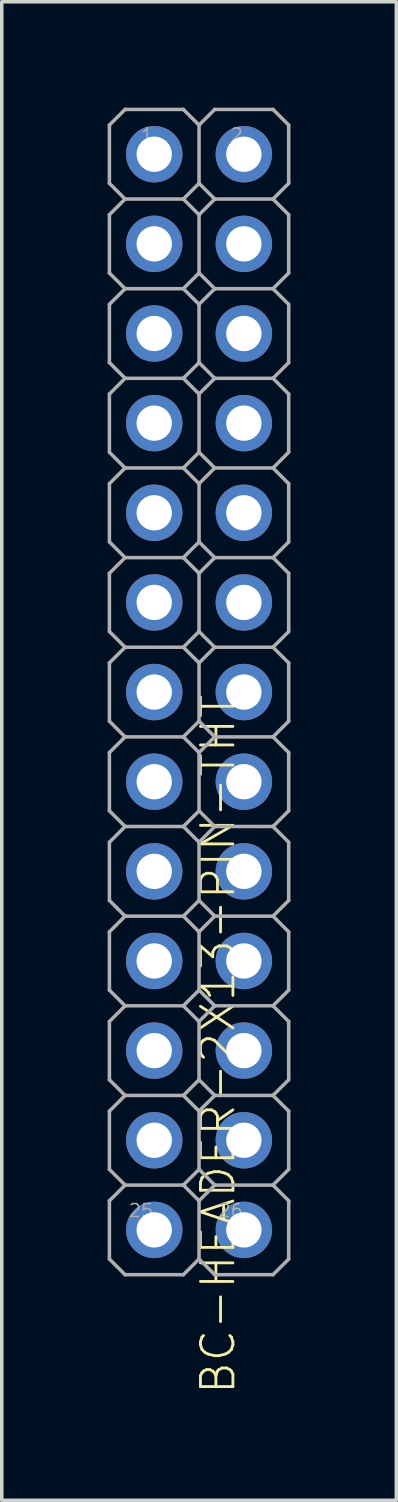
<source format=kicad_pcb>
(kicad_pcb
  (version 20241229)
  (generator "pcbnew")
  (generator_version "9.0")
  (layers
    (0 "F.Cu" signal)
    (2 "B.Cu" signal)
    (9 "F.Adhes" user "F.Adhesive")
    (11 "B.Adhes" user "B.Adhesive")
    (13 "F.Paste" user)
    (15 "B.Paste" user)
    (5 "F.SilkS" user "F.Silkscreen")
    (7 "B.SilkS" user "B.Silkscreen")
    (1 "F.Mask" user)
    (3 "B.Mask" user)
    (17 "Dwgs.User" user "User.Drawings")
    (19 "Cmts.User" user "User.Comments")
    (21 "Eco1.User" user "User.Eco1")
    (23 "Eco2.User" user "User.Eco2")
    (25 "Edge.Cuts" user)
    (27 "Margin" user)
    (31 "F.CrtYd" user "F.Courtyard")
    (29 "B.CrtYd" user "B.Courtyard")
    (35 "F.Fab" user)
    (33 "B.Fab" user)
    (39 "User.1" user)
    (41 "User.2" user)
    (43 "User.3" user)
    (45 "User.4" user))
  (footprint "BC-HEADER-2X13-PIN-THT"
    (layer "F.Cu")
    (at 2.59 16.56)
    (property "Reference" "BC-HEADER-2X13-PIN-THT" (at 0 0 90) (unlocked yes) (layer "F.SilkS") (effects (font (size 0.92 0.92) (thickness 0.08)) (justify right top)))
    (fp_line (start -2.54 -16.066) (end -2.54 -14.415) (stroke (width 0.1) (type solid)) (layer "F.Fab"))
    (fp_line (start -2.54 -14.415) (end -2.095 -13.97) (stroke (width 0.1) (type solid)) (layer "F.Fab"))
    (fp_line (start -2.54 -13.525) (end -2.54 -11.874) (stroke (width 0.1) (type solid)) (layer "F.Fab"))
    (fp_line (start -2.54 -11.874) (end -2.095 -11.43) (stroke (width 0.1) (type solid)) (layer "F.Fab"))
    (fp_line (start -2.54 -10.986) (end -2.54 -9.335) (stroke (width 0.1) (type solid)) (layer "F.Fab"))
    (fp_line (start -2.54 -9.335) (end -2.095 -8.89) (stroke (width 0.1) (type solid)) (layer "F.Fab"))
    (fp_line (start -2.54 -8.445) (end -2.54 -6.795) (stroke (width 0.1) (type solid)) (layer "F.Fab"))
    (fp_line (start -2.54 -6.795) (end -2.095 -6.35) (stroke (width 0.1) (type solid)) (layer "F.Fab"))
    (fp_line (start -2.54 -5.905) (end -2.54 -4.255) (stroke (width 0.1) (type solid)) (layer "F.Fab"))
    (fp_line (start -2.54 -4.255) (end -2.095 -3.81) (stroke (width 0.1) (type solid)) (layer "F.Fab"))
    (fp_line (start -2.54 -3.365) (end -2.54 -1.714) (stroke (width 0.1) (type solid)) (layer "F.Fab"))
    (fp_line (start -2.54 -1.714) (end -2.095 -1.27) (stroke (width 0.1) (type solid)) (layer "F.Fab"))
    (fp_line (start -2.54 -0.826) (end -2.54 0.826) (stroke (width 0.1) (type solid)) (layer "F.Fab"))
    (fp_line (start -2.54 0.826) (end -2.095 1.27) (stroke (width 0.1) (type solid)) (layer "F.Fab"))
    (fp_line (start -2.54 1.714) (end -2.54 3.365) (stroke (width 0.1) (type solid)) (layer "F.Fab"))
    (fp_line (start -2.54 3.365) (end -2.095 3.81) (stroke (width 0.1) (type solid)) (layer "F.Fab"))
    (fp_line (start -2.54 4.255) (end -2.54 5.905) (stroke (width 0.1) (type solid)) (layer "F.Fab"))
    (fp_line (start -2.54 5.905) (end -2.095 6.35) (stroke (width 0.1) (type solid)) (layer "F.Fab"))
    (fp_line (start -2.54 6.795) (end -2.54 8.445) (stroke (width 0.1) (type solid)) (layer "F.Fab"))
    (fp_line (start -2.54 8.445) (end -2.095 8.89) (stroke (width 0.1) (type solid)) (layer "F.Fab"))
    (fp_line (start -2.54 9.335) (end -2.54 10.986) (stroke (width 0.1) (type solid)) (layer "F.Fab"))
    (fp_line (start -2.54 10.986) (end -2.095 11.43) (stroke (width 0.1) (type solid)) (layer "F.Fab"))
    (fp_line (start -2.54 11.874) (end -2.54 13.525) (stroke (width 0.1) (type solid)) (layer "F.Fab"))
    (fp_line (start -2.54 13.525) (end -2.095 13.97) (stroke (width 0.1) (type solid)) (layer "F.Fab"))
    (fp_line (start -2.54 14.415) (end -2.54 16.066) (stroke (width 0.1) (type solid)) (layer "F.Fab"))
    (fp_line (start -2.54 16.066) (end -2.095 16.51) (stroke (width 0.1) (type solid)) (layer "F.Fab"))
    (fp_line (start -2.095 -16.51) (end -2.54 -16.066) (stroke (width 0.1) (type solid)) (layer "F.Fab"))
    (fp_line (start -2.095 -16.51) (end -0.445 -16.51) (stroke (width 0.1) (type solid)) (layer "F.Fab"))
    (fp_line (start -2.095 -13.97) (end -2.54 -13.525) (stroke (width 0.1) (type solid)) (layer "F.Fab"))
    (fp_line (start -2.095 -13.97) (end -0.445 -13.97) (stroke (width 0.1) (type solid)) (layer "F.Fab"))
    (fp_line (start -2.095 -11.43) (end -2.54 -10.986) (stroke (width 0.1) (type solid)) (layer "F.Fab"))
    (fp_line (start -2.095 -11.43) (end -0.445 -11.43) (stroke (width 0.1) (type solid)) (layer "F.Fab"))
    (fp_line (start -2.095 -8.89) (end -2.54 -8.445) (stroke (width 0.1) (type solid)) (layer "F.Fab"))
    (fp_line (start -2.095 -8.89) (end -0.445 -8.89) (stroke (width 0.1) (type solid)) (layer "F.Fab"))
    (fp_line (start -2.095 -6.35) (end -2.54 -5.905) (stroke (width 0.1) (type solid)) (layer "F.Fab"))
    (fp_line (start -2.095 -6.35) (end -0.445 -6.35) (stroke (width 0.1) (type solid)) (layer "F.Fab"))
    (fp_line (start -2.095 -3.81) (end -2.54 -3.365) (stroke (width 0.1) (type solid)) (layer "F.Fab"))
    (fp_line (start -2.095 -3.81) (end -0.445 -3.81) (stroke (width 0.1) (type solid)) (layer "F.Fab"))
    (fp_line (start -2.095 -1.27) (end -2.54 -0.826) (stroke (width 0.1) (type solid)) (layer "F.Fab"))
    (fp_line (start -2.095 -1.27) (end -0.445 -1.27) (stroke (width 0.1) (type solid)) (layer "F.Fab"))
    (fp_line (start -2.095 1.27) (end -2.54 1.714) (stroke (width 0.1) (type solid)) (layer "F.Fab"))
    (fp_line (start -2.095 1.27) (end -0.445 1.27) (stroke (width 0.1) (type solid)) (layer "F.Fab"))
    (fp_line (start -2.095 3.81) (end -2.54 4.255) (stroke (width 0.1) (type solid)) (layer "F.Fab"))
    (fp_line (start -2.095 3.81) (end -0.445 3.81) (stroke (width 0.1) (type solid)) (layer "F.Fab"))
    (fp_line (start -2.095 6.35) (end -2.54 6.795) (stroke (width 0.1) (type solid)) (layer "F.Fab"))
    (fp_line (start -2.095 6.35) (end -0.445 6.35) (stroke (width 0.1) (type solid)) (layer "F.Fab"))
    (fp_line (start -2.095 8.89) (end -2.54 9.335) (stroke (width 0.1) (type solid)) (layer "F.Fab"))
    (fp_line (start -2.095 8.89) (end -0.445 8.89) (stroke (width 0.1) (type solid)) (layer "F.Fab"))
    (fp_line (start -2.095 11.43) (end -2.54 11.874) (stroke (width 0.1) (type solid)) (layer "F.Fab"))
    (fp_line (start -2.095 11.43) (end -0.445 11.43) (stroke (width 0.1) (type solid)) (layer "F.Fab"))
    (fp_line (start -2.095 13.97) (end -2.54 14.415) (stroke (width 0.1) (type solid)) (layer "F.Fab"))
    (fp_line (start -2.095 13.97) (end -0.445 13.97) (stroke (width 0.1) (type solid)) (layer "F.Fab"))
    (fp_line (start -2.095 16.51) (end -0.445 16.51) (stroke (width 0.1) (type solid)) (layer "F.Fab"))
    (fp_line (start -1.58 -15.55) (end -1.58 -14.93) (stroke (width 0.1) (type solid)) (layer "F.Fab"))
    (fp_line (start -1.58 -14.93) (end -0.96 -14.93) (stroke (width 0.1) (type solid)) (layer "F.Fab"))
    (fp_line (start -1.58 -13.01) (end -1.58 -12.39) (stroke (width 0.1) (type solid)) (layer "F.Fab"))
    (fp_line (start -1.58 -12.39) (end -0.96 -12.39) (stroke (width 0.1) (type solid)) (layer "F.Fab"))
    (fp_line (start -1.58 -10.47) (end -1.58 -9.85) (stroke (width 0.1) (type solid)) (layer "F.Fab"))
    (fp_line (start -1.58 -9.85) (end -0.96 -9.85) (stroke (width 0.1) (type solid)) (layer "F.Fab"))
    (fp_line (start -1.58 -7.93) (end -1.58 -7.31) (stroke (width 0.1) (type solid)) (layer "F.Fab"))
    (fp_line (start -1.58 -7.31) (end -0.96 -7.31) (stroke (width 0.1) (type solid)) (layer "F.Fab"))
    (fp_line (start -1.58 -5.39) (end -1.58 -4.77) (stroke (width 0.1) (type solid)) (layer "F.Fab"))
    (fp_line (start -1.58 -4.77) (end -0.96 -4.77) (stroke (width 0.1) (type solid)) (layer "F.Fab"))
    (fp_line (start -1.58 -2.85) (end -1.58 -2.23) (stroke (width 0.1) (type solid)) (layer "F.Fab"))
    (fp_line (start -1.58 -2.23) (end -0.96 -2.23) (stroke (width 0.1) (type solid)) (layer "F.Fab"))
    (fp_line (start -1.58 -0.31) (end -1.58 0.31) (stroke (width 0.1) (type solid)) (layer "F.Fab"))
    (fp_line (start -1.58 0.31) (end -0.96 0.31) (stroke (width 0.1) (type solid)) (layer "F.Fab"))
    (fp_line (start -1.58 2.23) (end -1.58 2.85) (stroke (width 0.1) (type solid)) (layer "F.Fab"))
    (fp_line (start -1.58 2.85) (end -0.96 2.85) (stroke (width 0.1) (type solid)) (layer "F.Fab"))
    (fp_line (start -1.58 4.77) (end -1.58 5.39) (stroke (width 0.1) (type solid)) (layer "F.Fab"))
    (fp_line (start -1.58 5.39) (end -0.96 5.39) (stroke (width 0.1) (type solid)) (layer "F.Fab"))
    (fp_line (start -1.58 7.31) (end -1.58 7.93) (stroke (width 0.1) (type solid)) (layer "F.Fab"))
    (fp_line (start -1.58 7.93) (end -0.96 7.93) (stroke (width 0.1) (type solid)) (layer "F.Fab"))
    (fp_line (start -1.58 9.85) (end -1.58 10.47) (stroke (width 0.1) (type solid)) (layer "F.Fab"))
    (fp_line (start -1.58 10.47) (end -0.96 10.47) (stroke (width 0.1) (type solid)) (layer "F.Fab"))
    (fp_line (start -1.58 12.39) (end -1.58 13.01) (stroke (width 0.1) (type solid)) (layer "F.Fab"))
    (fp_line (start -1.58 13.01) (end -0.96 13.01) (stroke (width 0.1) (type solid)) (layer "F.Fab"))
    (fp_line (start -1.58 14.93) (end -1.58 15.55) (stroke (width 0.1) (type solid)) (layer "F.Fab"))
    (fp_line (start -1.58 15.55) (end -0.96 15.55) (stroke (width 0.1) (type solid)) (layer "F.Fab"))
    (fp_line (start -0.96 -15.55) (end -1.58 -15.55) (stroke (width 0.1) (type solid)) (layer "F.Fab"))
    (fp_line (start -0.96 -14.93) (end -0.96 -15.55) (stroke (width 0.1) (type solid)) (layer "F.Fab"))
    (fp_line (start -0.96 -13.01) (end -1.58 -13.01) (stroke (width 0.1) (type solid)) (layer "F.Fab"))
    (fp_line (start -0.96 -12.39) (end -0.96 -13.01) (stroke (width 0.1) (type solid)) (layer "F.Fab"))
    (fp_line (start -0.96 -10.47) (end -1.58 -10.47) (stroke (width 0.1) (type solid)) (layer "F.Fab"))
    (fp_line (start -0.96 -9.85) (end -0.96 -10.47) (stroke (width 0.1) (type solid)) (layer "F.Fab"))
    (fp_line (start -0.96 -7.93) (end -1.58 -7.93) (stroke (width 0.1) (type solid)) (layer "F.Fab"))
    (fp_line (start -0.96 -7.31) (end -0.96 -7.93) (stroke (width 0.1) (type solid)) (layer "F.Fab"))
    (fp_line (start -0.96 -5.39) (end -1.58 -5.39) (stroke (width 0.1) (type solid)) (layer "F.Fab"))
    (fp_line (start -0.96 -4.77) (end -0.96 -5.39) (stroke (width 0.1) (type solid)) (layer "F.Fab"))
    (fp_line (start -0.96 -2.85) (end -1.58 -2.85) (stroke (width 0.1) (type solid)) (layer "F.Fab"))
    (fp_line (start -0.96 -2.23) (end -0.96 -2.85) (stroke (width 0.1) (type solid)) (layer "F.Fab"))
    (fp_line (start -0.96 -0.31) (end -1.58 -0.31) (stroke (width 0.1) (type solid)) (layer "F.Fab"))
    (fp_line (start -0.96 0.31) (end -0.96 -0.31) (stroke (width 0.1) (type solid)) (layer "F.Fab"))
    (fp_line (start -0.96 2.23) (end -1.58 2.23) (stroke (width 0.1) (type solid)) (layer "F.Fab"))
    (fp_line (start -0.96 2.85) (end -0.96 2.23) (stroke (width 0.1) (type solid)) (layer "F.Fab"))
    (fp_line (start -0.96 4.77) (end -1.58 4.77) (stroke (width 0.1) (type solid)) (layer "F.Fab"))
    (fp_line (start -0.96 5.39) (end -0.96 4.77) (stroke (width 0.1) (type solid)) (layer "F.Fab"))
    (fp_line (start -0.96 7.31) (end -1.58 7.31) (stroke (width 0.1) (type solid)) (layer "F.Fab"))
    (fp_line (start -0.96 7.93) (end -0.96 7.31) (stroke (width 0.1) (type solid)) (layer "F.Fab"))
    (fp_line (start -0.96 9.85) (end -1.58 9.85) (stroke (width 0.1) (type solid)) (layer "F.Fab"))
    (fp_line (start -0.96 10.47) (end -0.96 9.85) (stroke (width 0.1) (type solid)) (layer "F.Fab"))
    (fp_line (start -0.96 12.39) (end -1.58 12.39) (stroke (width 0.1) (type solid)) (layer "F.Fab"))
    (fp_line (start -0.96 13.01) (end -0.96 12.39) (stroke (width 0.1) (type solid)) (layer "F.Fab"))
    (fp_line (start -0.96 14.93) (end -1.58 14.93) (stroke (width 0.1) (type solid)) (layer "F.Fab"))
    (fp_line (start -0.96 15.55) (end -0.96 14.93) (stroke (width 0.1) (type solid)) (layer "F.Fab"))
    (fp_line (start -0.445 -13.97) (end 0 -14.415) (stroke (width 0.1) (type solid)) (layer "F.Fab"))
    (fp_line (start -0.445 -11.43) (end 0 -11.874) (stroke (width 0.1) (type solid)) (layer "F.Fab"))
    (fp_line (start -0.445 -8.89) (end 0 -9.335) (stroke (width 0.1) (type solid)) (layer "F.Fab"))
    (fp_line (start -0.445 -6.35) (end 0 -6.795) (stroke (width 0.1) (type solid)) (layer "F.Fab"))
    (fp_line (start -0.445 -3.81) (end 0 -4.255) (stroke (width 0.1) (type solid)) (layer "F.Fab"))
    (fp_line (start -0.445 -1.27) (end 0 -1.714) (stroke (width 0.1) (type solid)) (layer "F.Fab"))
    (fp_line (start -0.445 1.27) (end 0 0.826) (stroke (width 0.1) (type solid)) (layer "F.Fab"))
    (fp_line (start -0.445 3.81) (end 0 3.365) (stroke (width 0.1) (type solid)) (layer "F.Fab"))
    (fp_line (start -0.445 6.35) (end 0 5.905) (stroke (width 0.1) (type solid)) (layer "F.Fab"))
    (fp_line (start -0.445 8.89) (end 0 8.445) (stroke (width 0.1) (type solid)) (layer "F.Fab"))
    (fp_line (start -0.445 11.43) (end 0 10.986) (stroke (width 0.1) (type solid)) (layer "F.Fab"))
    (fp_line (start -0.445 13.97) (end 0 13.525) (stroke (width 0.1) (type solid)) (layer "F.Fab"))
    (fp_line (start -0.445 16.51) (end 0 16.066) (stroke (width 0.1) (type solid)) (layer "F.Fab"))
    (fp_line (start 0 -16.066) (end -0.445 -16.51) (stroke (width 0.1) (type solid)) (layer "F.Fab"))
    (fp_line (start 0 -16.066) (end 0 -14.415) (stroke (width 0.1) (type solid)) (layer "F.Fab"))
    (fp_line (start 0 -14.415) (end 0.445 -13.97) (stroke (width 0.1) (type solid)) (layer "F.Fab"))
    (fp_line (start 0 -13.525) (end -0.445 -13.97) (stroke (width 0.1) (type solid)) (layer "F.Fab"))
    (fp_line (start 0 -13.525) (end 0 -11.874) (stroke (width 0.1) (type solid)) (layer "F.Fab"))
    (fp_line (start 0 -11.874) (end 0.445 -11.43) (stroke (width 0.1) (type solid)) (layer "F.Fab"))
    (fp_line (start 0 -10.986) (end -0.445 -11.43) (stroke (width 0.1) (type solid)) (layer "F.Fab"))
    (fp_line (start 0 -10.986) (end 0 -9.335) (stroke (width 0.1) (type solid)) (layer "F.Fab"))
    (fp_line (start 0 -9.335) (end 0.445 -8.89) (stroke (width 0.1) (type solid)) (layer "F.Fab"))
    (fp_line (start 0 -8.445) (end -0.445 -8.89) (stroke (width 0.1) (type solid)) (layer "F.Fab"))
    (fp_line (start 0 -8.445) (end 0 -6.795) (stroke (width 0.1) (type solid)) (layer "F.Fab"))
    (fp_line (start 0 -6.795) (end 0.445 -6.35) (stroke (width 0.1) (type solid)) (layer "F.Fab"))
    (fp_line (start 0 -5.905) (end -0.445 -6.35) (stroke (width 0.1) (type solid)) (layer "F.Fab"))
    (fp_line (start 0 -5.905) (end 0 -4.255) (stroke (width 0.1) (type solid)) (layer "F.Fab"))
    (fp_line (start 0 -4.255) (end 0.445 -3.81) (stroke (width 0.1) (type solid)) (layer "F.Fab"))
    (fp_line (start 0 -3.365) (end -0.445 -3.81) (stroke (width 0.1) (type solid)) (layer "F.Fab"))
    (fp_line (start 0 -3.365) (end 0 -1.714) (stroke (width 0.1) (type solid)) (layer "F.Fab"))
    (fp_line (start 0 -1.714) (end 0.445 -1.27) (stroke (width 0.1) (type solid)) (layer "F.Fab"))
    (fp_line (start 0 -0.826) (end -0.445 -1.27) (stroke (width 0.1) (type solid)) (layer "F.Fab"))
    (fp_line (start 0 -0.826) (end 0 0.826) (stroke (width 0.1) (type solid)) (layer "F.Fab"))
    (fp_line (start 0 0.826) (end 0.445 1.27) (stroke (width 0.1) (type solid)) (layer "F.Fab"))
    (fp_line (start 0 1.714) (end -0.445 1.27) (stroke (width 0.1) (type solid)) (layer "F.Fab"))
    (fp_line (start 0 1.714) (end 0 3.365) (stroke (width 0.1) (type solid)) (layer "F.Fab"))
    (fp_line (start 0 3.365) (end 0.445 3.81) (stroke (width 0.1) (type solid)) (layer "F.Fab"))
    (fp_line (start 0 4.255) (end -0.445 3.81) (stroke (width 0.1) (type solid)) (layer "F.Fab"))
    (fp_line (start 0 4.255) (end 0 5.905) (stroke (width 0.1) (type solid)) (layer "F.Fab"))
    (fp_line (start 0 5.905) (end 0.445 6.35) (stroke (width 0.1) (type solid)) (layer "F.Fab"))
    (fp_line (start 0 6.795) (end -0.445 6.35) (stroke (width 0.1) (type solid)) (layer "F.Fab"))
    (fp_line (start 0 6.795) (end 0 8.445) (stroke (width 0.1) (type solid)) (layer "F.Fab"))
    (fp_line (start 0 8.445) (end 0.445 8.89) (stroke (width 0.1) (type solid)) (layer "F.Fab"))
    (fp_line (start 0 9.335) (end -0.445 8.89) (stroke (width 0.1) (type solid)) (layer "F.Fab"))
    (fp_line (start 0 9.335) (end 0 10.986) (stroke (width 0.1) (type solid)) (layer "F.Fab"))
    (fp_line (start 0 10.986) (end 0.445 11.43) (stroke (width 0.1) (type solid)) (layer "F.Fab"))
    (fp_line (start 0 11.874) (end -0.445 11.43) (stroke (width 0.1) (type solid)) (layer "F.Fab"))
    (fp_line (start 0 11.874) (end 0 13.525) (stroke (width 0.1) (type solid)) (layer "F.Fab"))
    (fp_line (start 0 13.525) (end 0.445 13.97) (stroke (width 0.1) (type solid)) (layer "F.Fab"))
    (fp_line (start 0 14.415) (end -0.445 13.97) (stroke (width 0.1) (type solid)) (layer "F.Fab"))
    (fp_line (start 0 14.415) (end 0 16.066) (stroke (width 0.1) (type solid)) (layer "F.Fab"))
    (fp_line (start 0 16.066) (end 0.445 16.51) (stroke (width 0.1) (type solid)) (layer "F.Fab"))
    (fp_line (start 0.445 -16.51) (end 0 -16.066) (stroke (width 0.1) (type solid)) (layer "F.Fab"))
    (fp_line (start 0.445 -16.51) (end 2.095 -16.51) (stroke (width 0.1) (type solid)) (layer "F.Fab"))
    (fp_line (start 0.445 -13.97) (end 0 -13.525) (stroke (width 0.1) (type solid)) (layer "F.Fab"))
    (fp_line (start 0.445 -13.97) (end 2.095 -13.97) (stroke (width 0.1) (type solid)) (layer "F.Fab"))
    (fp_line (start 0.445 -11.43) (end 0 -10.986) (stroke (width 0.1) (type solid)) (layer "F.Fab"))
    (fp_line (start 0.445 -11.43) (end 2.095 -11.43) (stroke (width 0.1) (type solid)) (layer "F.Fab"))
    (fp_line (start 0.445 -8.89) (end 0 -8.445) (stroke (width 0.1) (type solid)) (layer "F.Fab"))
    (fp_line (start 0.445 -8.89) (end 2.095 -8.89) (stroke (width 0.1) (type solid)) (layer "F.Fab"))
    (fp_line (start 0.445 -6.35) (end 0 -5.905) (stroke (width 0.1) (type solid)) (layer "F.Fab"))
    (fp_line (start 0.445 -6.35) (end 2.095 -6.35) (stroke (width 0.1) (type solid)) (layer "F.Fab"))
    (fp_line (start 0.445 -3.81) (end 0 -3.365) (stroke (width 0.1) (type solid)) (layer "F.Fab"))
    (fp_line (start 0.445 -3.81) (end 2.095 -3.81) (stroke (width 0.1) (type solid)) (layer "F.Fab"))
    (fp_line (start 0.445 -1.27) (end 0 -0.826) (stroke (width 0.1) (type solid)) (layer "F.Fab"))
    (fp_line (start 0.445 -1.27) (end 2.095 -1.27) (stroke (width 0.1) (type solid)) (layer "F.Fab"))
    (fp_line (start 0.445 1.27) (end 0 1.714) (stroke (width 0.1) (type solid)) (layer "F.Fab"))
    (fp_line (start 0.445 1.27) (end 2.095 1.27) (stroke (width 0.1) (type solid)) (layer "F.Fab"))
    (fp_line (start 0.445 3.81) (end 0 4.255) (stroke (width 0.1) (type solid)) (layer "F.Fab"))
    (fp_line (start 0.445 3.81) (end 2.095 3.81) (stroke (width 0.1) (type solid)) (layer "F.Fab"))
    (fp_line (start 0.445 6.35) (end 0 6.795) (stroke (width 0.1) (type solid)) (layer "F.Fab"))
    (fp_line (start 0.445 6.35) (end 2.095 6.35) (stroke (width 0.1) (type solid)) (layer "F.Fab"))
    (fp_line (start 0.445 8.89) (end 0 9.335) (stroke (width 0.1) (type solid)) (layer "F.Fab"))
    (fp_line (start 0.445 8.89) (end 2.095 8.89) (stroke (width 0.1) (type solid)) (layer "F.Fab"))
    (fp_line (start 0.445 11.43) (end 0 11.874) (stroke (width 0.1) (type solid)) (layer "F.Fab"))
    (fp_line (start 0.445 11.43) (end 2.095 11.43) (stroke (width 0.1) (type solid)) (layer "F.Fab"))
    (fp_line (start 0.445 13.97) (end 0 14.415) (stroke (width 0.1) (type solid)) (layer "F.Fab"))
    (fp_line (start 0.445 13.97) (end 2.095 13.97) (stroke (width 0.1) (type solid)) (layer "F.Fab"))
    (fp_line (start 0.445 16.51) (end 2.095 16.51) (stroke (width 0.1) (type solid)) (layer "F.Fab"))
    (fp_line (start 0.96 -15.55) (end 0.96 -14.93) (stroke (width 0.1) (type solid)) (layer "F.Fab"))
    (fp_line (start 0.96 -14.93) (end 1.58 -14.93) (stroke (width 0.1) (type solid)) (layer "F.Fab"))
    (fp_line (start 0.96 -13.01) (end 0.96 -12.39) (stroke (width 0.1) (type solid)) (layer "F.Fab"))
    (fp_line (start 0.96 -12.39) (end 1.58 -12.39) (stroke (width 0.1) (type solid)) (layer "F.Fab"))
    (fp_line (start 0.96 -10.47) (end 0.96 -9.85) (stroke (width 0.1) (type solid)) (layer "F.Fab"))
    (fp_line (start 0.96 -9.85) (end 1.58 -9.85) (stroke (width 0.1) (type solid)) (layer "F.Fab"))
    (fp_line (start 0.96 -7.93) (end 0.96 -7.31) (stroke (width 0.1) (type solid)) (layer "F.Fab"))
    (fp_line (start 0.96 -7.31) (end 1.58 -7.31) (stroke (width 0.1) (type solid)) (layer "F.Fab"))
    (fp_line (start 0.96 -5.39) (end 0.96 -4.77) (stroke (width 0.1) (type solid)) (layer "F.Fab"))
    (fp_line (start 0.96 -4.77) (end 1.58 -4.77) (stroke (width 0.1) (type solid)) (layer "F.Fab"))
    (fp_line (start 0.96 -2.85) (end 0.96 -2.23) (stroke (width 0.1) (type solid)) (layer "F.Fab"))
    (fp_line (start 0.96 -2.23) (end 1.58 -2.23) (stroke (width 0.1) (type solid)) (layer "F.Fab"))
    (fp_line (start 0.96 -0.31) (end 0.96 0.31) (stroke (width 0.1) (type solid)) (layer "F.Fab"))
    (fp_line (start 0.96 0.31) (end 1.58 0.31) (stroke (width 0.1) (type solid)) (layer "F.Fab"))
    (fp_line (start 0.96 2.23) (end 0.96 2.85) (stroke (width 0.1) (type solid)) (layer "F.Fab"))
    (fp_line (start 0.96 2.85) (end 1.58 2.85) (stroke (width 0.1) (type solid)) (layer "F.Fab"))
    (fp_line (start 0.96 4.77) (end 0.96 5.39) (stroke (width 0.1) (type solid)) (layer "F.Fab"))
    (fp_line (start 0.96 5.39) (end 1.58 5.39) (stroke (width 0.1) (type solid)) (layer "F.Fab"))
    (fp_line (start 0.96 7.31) (end 0.96 7.93) (stroke (width 0.1) (type solid)) (layer "F.Fab"))
    (fp_line (start 0.96 7.93) (end 1.58 7.93) (stroke (width 0.1) (type solid)) (layer "F.Fab"))
    (fp_line (start 0.96 9.85) (end 0.96 10.47) (stroke (width 0.1) (type solid)) (layer "F.Fab"))
    (fp_line (start 0.96 10.47) (end 1.58 10.47) (stroke (width 0.1) (type solid)) (layer "F.Fab"))
    (fp_line (start 0.96 12.39) (end 0.96 13.01) (stroke (width 0.1) (type solid)) (layer "F.Fab"))
    (fp_line (start 0.96 13.01) (end 1.58 13.01) (stroke (width 0.1) (type solid)) (layer "F.Fab"))
    (fp_line (start 0.96 14.93) (end 0.96 15.55) (stroke (width 0.1) (type solid)) (layer "F.Fab"))
    (fp_line (start 0.96 15.55) (end 1.58 15.55) (stroke (width 0.1) (type solid)) (layer "F.Fab"))
    (fp_line (start 1.58 -15.55) (end 0.96 -15.55) (stroke (width 0.1) (type solid)) (layer "F.Fab"))
    (fp_line (start 1.58 -14.93) (end 1.58 -15.55) (stroke (width 0.1) (type solid)) (layer "F.Fab"))
    (fp_line (start 1.58 -13.01) (end 0.96 -13.01) (stroke (width 0.1) (type solid)) (layer "F.Fab"))
    (fp_line (start 1.58 -12.39) (end 1.58 -13.01) (stroke (width 0.1) (type solid)) (layer "F.Fab"))
    (fp_line (start 1.58 -10.47) (end 0.96 -10.47) (stroke (width 0.1) (type solid)) (layer "F.Fab"))
    (fp_line (start 1.58 -9.85) (end 1.58 -10.47) (stroke (width 0.1) (type solid)) (layer "F.Fab"))
    (fp_line (start 1.58 -7.93) (end 0.96 -7.93) (stroke (width 0.1) (type solid)) (layer "F.Fab"))
    (fp_line (start 1.58 -7.31) (end 1.58 -7.93) (stroke (width 0.1) (type solid)) (layer "F.Fab"))
    (fp_line (start 1.58 -5.39) (end 0.96 -5.39) (stroke (width 0.1) (type solid)) (layer "F.Fab"))
    (fp_line (start 1.58 -4.77) (end 1.58 -5.39) (stroke (width 0.1) (type solid)) (layer "F.Fab"))
    (fp_line (start 1.58 -2.85) (end 0.96 -2.85) (stroke (width 0.1) (type solid)) (layer "F.Fab"))
    (fp_line (start 1.58 -2.23) (end 1.58 -2.85) (stroke (width 0.1) (type solid)) (layer "F.Fab"))
    (fp_line (start 1.58 -0.31) (end 0.96 -0.31) (stroke (width 0.1) (type solid)) (layer "F.Fab"))
    (fp_line (start 1.58 0.31) (end 1.58 -0.31) (stroke (width 0.1) (type solid)) (layer "F.Fab"))
    (fp_line (start 1.58 2.23) (end 0.96 2.23) (stroke (width 0.1) (type solid)) (layer "F.Fab"))
    (fp_line (start 1.58 2.85) (end 1.58 2.23) (stroke (width 0.1) (type solid)) (layer "F.Fab"))
    (fp_line (start 1.58 4.77) (end 0.96 4.77) (stroke (width 0.1) (type solid)) (layer "F.Fab"))
    (fp_line (start 1.58 5.39) (end 1.58 4.77) (stroke (width 0.1) (type solid)) (layer "F.Fab"))
    (fp_line (start 1.58 7.31) (end 0.96 7.31) (stroke (width 0.1) (type solid)) (layer "F.Fab"))
    (fp_line (start 1.58 7.93) (end 1.58 7.31) (stroke (width 0.1) (type solid)) (layer "F.Fab"))
    (fp_line (start 1.58 9.85) (end 0.96 9.85) (stroke (width 0.1) (type solid)) (layer "F.Fab"))
    (fp_line (start 1.58 10.47) (end 1.58 9.85) (stroke (width 0.1) (type solid)) (layer "F.Fab"))
    (fp_line (start 1.58 12.39) (end 0.96 12.39) (stroke (width 0.1) (type solid)) (layer "F.Fab"))
    (fp_line (start 1.58 13.01) (end 1.58 12.39) (stroke (width 0.1) (type solid)) (layer "F.Fab"))
    (fp_line (start 1.58 14.93) (end 0.96 14.93) (stroke (width 0.1) (type solid)) (layer "F.Fab"))
    (fp_line (start 1.58 15.55) (end 1.58 14.93) (stroke (width 0.1) (type solid)) (layer "F.Fab"))
    (fp_line (start 2.095 -13.97) (end 2.54 -14.415) (stroke (width 0.1) (type solid)) (layer "F.Fab"))
    (fp_line (start 2.095 -11.43) (end 2.54 -11.874) (stroke (width 0.1) (type solid)) (layer "F.Fab"))
    (fp_line (start 2.095 -8.89) (end 2.54 -9.335) (stroke (width 0.1) (type solid)) (layer "F.Fab"))
    (fp_line (start 2.095 -6.35) (end 2.54 -6.795) (stroke (width 0.1) (type solid)) (layer "F.Fab"))
    (fp_line (start 2.095 -3.81) (end 2.54 -4.255) (stroke (width 0.1) (type solid)) (layer "F.Fab"))
    (fp_line (start 2.095 -1.27) (end 2.54 -1.714) (stroke (width 0.1) (type solid)) (layer "F.Fab"))
    (fp_line (start 2.095 1.27) (end 2.54 0.826) (stroke (width 0.1) (type solid)) (layer "F.Fab"))
    (fp_line (start 2.095 3.81) (end 2.54 3.365) (stroke (width 0.1) (type solid)) (layer "F.Fab"))
    (fp_line (start 2.095 6.35) (end 2.54 5.905) (stroke (width 0.1) (type solid)) (layer "F.Fab"))
    (fp_line (start 2.095 8.89) (end 2.54 8.445) (stroke (width 0.1) (type solid)) (layer "F.Fab"))
    (fp_line (start 2.095 11.43) (end 2.54 10.986) (stroke (width 0.1) (type solid)) (layer "F.Fab"))
    (fp_line (start 2.095 13.97) (end 2.54 13.525) (stroke (width 0.1) (type solid)) (layer "F.Fab"))
    (fp_line (start 2.095 16.51) (end 2.54 16.066) (stroke (width 0.1) (type solid)) (layer "F.Fab"))
    (fp_line (start 2.54 -16.066) (end 2.095 -16.51) (stroke (width 0.1) (type solid)) (layer "F.Fab"))
    (fp_line (start 2.54 -14.415) (end 2.54 -16.066) (stroke (width 0.1) (type solid)) (layer "F.Fab"))
    (fp_line (start 2.54 -13.525) (end 2.095 -13.97) (stroke (width 0.1) (type solid)) (layer "F.Fab"))
    (fp_line (start 2.54 -11.874) (end 2.54 -13.525) (stroke (width 0.1) (type solid)) (layer "F.Fab"))
    (fp_line (start 2.54 -10.986) (end 2.095 -11.43) (stroke (width 0.1) (type solid)) (layer "F.Fab"))
    (fp_line (start 2.54 -9.335) (end 2.54 -10.986) (stroke (width 0.1) (type solid)) (layer "F.Fab"))
    (fp_line (start 2.54 -8.445) (end 2.095 -8.89) (stroke (width 0.1) (type solid)) (layer "F.Fab"))
    (fp_line (start 2.54 -6.795) (end 2.54 -8.445) (stroke (width 0.1) (type solid)) (layer "F.Fab"))
    (fp_line (start 2.54 -5.905) (end 2.095 -6.35) (stroke (width 0.1) (type solid)) (layer "F.Fab"))
    (fp_line (start 2.54 -4.255) (end 2.54 -5.905) (stroke (width 0.1) (type solid)) (layer "F.Fab"))
    (fp_line (start 2.54 -3.365) (end 2.095 -3.81) (stroke (width 0.1) (type solid)) (layer "F.Fab"))
    (fp_line (start 2.54 -1.714) (end 2.54 -3.365) (stroke (width 0.1) (type solid)) (layer "F.Fab"))
    (fp_line (start 2.54 -0.826) (end 2.095 -1.27) (stroke (width 0.1) (type solid)) (layer "F.Fab"))
    (fp_line (start 2.54 0.826) (end 2.54 -0.826) (stroke (width 0.1) (type solid)) (layer "F.Fab"))
    (fp_line (start 2.54 1.714) (end 2.095 1.27) (stroke (width 0.1) (type solid)) (layer "F.Fab"))
    (fp_line (start 2.54 3.365) (end 2.54 1.714) (stroke (width 0.1) (type solid)) (layer "F.Fab"))
    (fp_line (start 2.54 4.255) (end 2.095 3.81) (stroke (width 0.1) (type solid)) (layer "F.Fab"))
    (fp_line (start 2.54 5.905) (end 2.54 4.255) (stroke (width 0.1) (type solid)) (layer "F.Fab"))
    (fp_line (start 2.54 6.795) (end 2.095 6.35) (stroke (width 0.1) (type solid)) (layer "F.Fab"))
    (fp_line (start 2.54 8.445) (end 2.54 6.795) (stroke (width 0.1) (type solid)) (layer "F.Fab"))
    (fp_line (start 2.54 9.335) (end 2.095 8.89) (stroke (width 0.1) (type solid)) (layer "F.Fab"))
    (fp_line (start 2.54 10.986) (end 2.54 9.335) (stroke (width 0.1) (type solid)) (layer "F.Fab"))
    (fp_line (start 2.54 11.874) (end 2.095 11.43) (stroke (width 0.1) (type solid)) (layer "F.Fab"))
    (fp_line (start 2.54 13.525) (end 2.54 11.874) (stroke (width 0.1) (type solid)) (layer "F.Fab"))
    (fp_line (start 2.54 14.415) (end 2.095 13.97) (stroke (width 0.1) (type solid)) (layer "F.Fab"))
    (fp_line (start 2.54 16.066) (end 2.54 14.415) (stroke (width 0.1) (type solid)) (layer "F.Fab"))
    (fp_text user "25" (at -1.27 14.478 0) (layer "F.Fab") (effects (font (size 0.366 0.366) (thickness 0.041)) (justify right top)))
    (fp_text user "2" (at 1.27 -16.002 0) (layer "F.Fab") (effects (font (size 0.366 0.366) (thickness 0.041)) (justify right top)))
    (fp_text user "26" (at 1.27 14.478 0) (layer "F.Fab") (effects (font (size 0.366 0.366) (thickness 0.041)) (justify right top)))
    (fp_text user "1" (at -1.27 -16.002 0) (layer "F.Fab") (effects (font (size 0.366 0.366) (thickness 0.041)) (justify right top)))
    (pad "1" thru_hole circle (at -1.27 -15.24 180) (size 1.6 1.6) (drill 1) (layers "*.Cu" "*.Mask"))
    (pad "2" thru_hole circle (at 1.27 -15.24 180) (size 1.6 1.6) (drill 1) (layers "*.Cu" "*.Mask"))
    (pad "3" thru_hole circle (at -1.27 -12.7 180) (size 1.6 1.6) (drill 1) (layers "*.Cu" "*.Mask"))
    (pad "4" thru_hole circle (at 1.27 -12.7 180) (size 1.6 1.6) (drill 1) (layers "*.Cu" "*.Mask"))
    (pad "5" thru_hole circle (at -1.27 -10.16 180) (size 1.6 1.6) (drill 1) (layers "*.Cu" "*.Mask"))
    (pad "6" thru_hole circle (at 1.27 -10.16 180) (size 1.6 1.6) (drill 1) (layers "*.Cu" "*.Mask"))
    (pad "7" thru_hole circle (at -1.27 -7.62 180) (size 1.6 1.6) (drill 1) (layers "*.Cu" "*.Mask"))
    (pad "8" thru_hole circle (at 1.27 -7.62 180) (size 1.6 1.6) (drill 1) (layers "*.Cu" "*.Mask"))
    (pad "9" thru_hole circle (at -1.27 -5.08 180) (size 1.6 1.6) (drill 1) (layers "*.Cu" "*.Mask"))
    (pad "10" thru_hole circle (at 1.27 -5.08 180) (size 1.6 1.6) (drill 1) (layers "*.Cu" "*.Mask"))
    (pad "11" thru_hole circle (at -1.27 -2.54 180) (size 1.6 1.6) (drill 1) (layers "*.Cu" "*.Mask"))
    (pad "12" thru_hole circle (at 1.27 -2.54 180) (size 1.6 1.6) (drill 1) (layers "*.Cu" "*.Mask"))
    (pad "13" thru_hole circle (at -1.27 0 180) (size 1.6 1.6) (drill 1) (layers "*.Cu" "*.Mask"))
    (pad "14" thru_hole circle (at 1.27 0 180) (size 1.6 1.6) (drill 1) (layers "*.Cu" "*.Mask"))
    (pad "15" thru_hole circle (at -1.27 2.54 180) (size 1.6 1.6) (drill 1) (layers "*.Cu" "*.Mask"))
    (pad "16" thru_hole circle (at 1.27 2.54 180) (size 1.6 1.6) (drill 1) (layers "*.Cu" "*.Mask"))
    (pad "17" thru_hole circle (at -1.27 5.08 180) (size 1.6 1.6) (drill 1) (layers "*.Cu" "*.Mask"))
    (pad "18" thru_hole circle (at 1.27 5.08 180) (size 1.6 1.6) (drill 1) (layers "*.Cu" "*.Mask"))
    (pad "19" thru_hole circle (at -1.27 7.62 180) (size 1.6 1.6) (drill 1) (layers "*.Cu" "*.Mask"))
    (pad "20" thru_hole circle (at 1.27 7.62 180) (size 1.6 1.6) (drill 1) (layers "*.Cu" "*.Mask"))
    (pad "21" thru_hole circle (at -1.27 10.16 180) (size 1.6 1.6) (drill 1) (layers "*.Cu" "*.Mask"))
    (pad "22" thru_hole circle (at 1.27 10.16 180) (size 1.6 1.6) (drill 1) (layers "*.Cu" "*.Mask"))
    (pad "23" thru_hole circle (at -1.27 12.7 180) (size 1.6 1.6) (drill 1) (layers "*.Cu" "*.Mask"))
    (pad "24" thru_hole circle (at 1.27 12.7 180) (size 1.6 1.6) (drill 1) (layers "*.Cu" "*.Mask"))
    (pad "25" thru_hole circle (at -1.27 15.24 180) (size 1.6 1.6) (drill 1) (layers "*.Cu" "*.Mask"))
    (pad "26" thru_hole circle (at 1.27 15.24 180) (size 1.6 1.6) (drill 1) (layers "*.Cu" "*.Mask")))
  (gr_rect
    (start -3 -3)
    (end 8.18 39.462)
    (stroke (width 0.1) (type default))
    (fill no)
    (layer "Edge.Cuts")))
</source>
